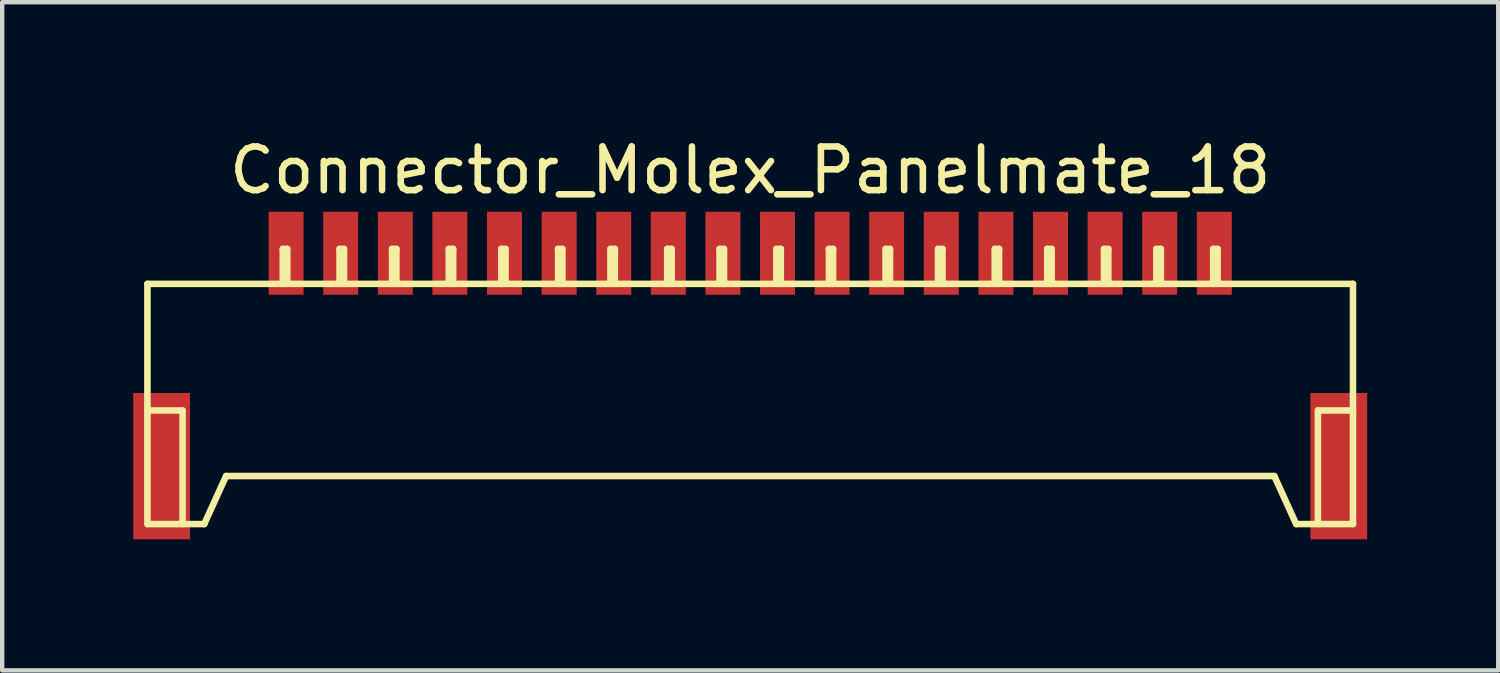
<source format=kicad_pcb>
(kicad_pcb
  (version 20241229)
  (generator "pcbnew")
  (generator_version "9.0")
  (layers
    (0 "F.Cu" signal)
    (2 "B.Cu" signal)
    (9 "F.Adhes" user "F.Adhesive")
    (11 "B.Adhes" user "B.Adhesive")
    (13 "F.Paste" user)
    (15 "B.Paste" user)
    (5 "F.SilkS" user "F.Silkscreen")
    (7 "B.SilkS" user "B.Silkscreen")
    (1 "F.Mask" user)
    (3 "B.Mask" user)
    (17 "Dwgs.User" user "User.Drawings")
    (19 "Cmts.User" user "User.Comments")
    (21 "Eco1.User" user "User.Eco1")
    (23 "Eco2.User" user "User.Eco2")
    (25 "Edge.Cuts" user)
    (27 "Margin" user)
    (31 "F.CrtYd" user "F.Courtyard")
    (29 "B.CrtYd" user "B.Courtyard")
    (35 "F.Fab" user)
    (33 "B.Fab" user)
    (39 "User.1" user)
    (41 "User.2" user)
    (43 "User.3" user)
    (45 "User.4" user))
  (footprint "Connector_Molex_Panelmate_18"
    (layer "F.Cu")
    (at 14.125 6.248)
    (property "Reference" "Connector_Molex_Panelmate_18" (at 0 -5.4 0) (layer "F.SilkS") (effects (font (size 1 1) (thickness 0.15))))
    (attr smd)
    (fp_line (start -13.8 -2.799) (end -13.8 2.7) (stroke (width 0.15) (type solid)) (layer "F.SilkS"))
    (fp_line (start -13.797 0.099) (end -12.997 0.099) (stroke (width 0.15) (type solid)) (layer "F.SilkS"))
    (fp_line (start -12.995 0.099) (end -12.995 2.7) (stroke (width 0.15) (type solid)) (layer "F.SilkS"))
    (fp_line (start -12.499 2.7) (end -11.999 1.6) (stroke (width 0.15) (type solid)) (layer "F.SilkS"))
    (fp_line (start -12.497 2.7) (end -13.795 2.7) (stroke (width 0.15) (type solid)) (layer "F.SilkS"))
    (fp_line (start -11.999 1.6) (end 11.999 1.6) (stroke (width 0.15) (type solid)) (layer "F.SilkS"))
    (fp_line (start -10.701 -3.599) (end -10.599 -3.599) (stroke (width 0.15) (type solid)) (layer "F.SilkS"))
    (fp_line (start -10.701 -2.799) (end -10.701 -3.599) (stroke (width 0.15) (type solid)) (layer "F.SilkS"))
    (fp_line (start -10.599 -3.599) (end -10.599 -2.799) (stroke (width 0.15) (type solid)) (layer "F.SilkS"))
    (fp_line (start -9.401 -3.599) (end -9.401 -2.799) (stroke (width 0.15) (type solid)) (layer "F.SilkS"))
    (fp_line (start -9.299 -3.599) (end -9.401 -3.599) (stroke (width 0.15) (type solid)) (layer "F.SilkS"))
    (fp_line (start -9.299 -2.799) (end -9.299 -3.599) (stroke (width 0.15) (type solid)) (layer "F.SilkS"))
    (fp_line (start -8.199 -3.599) (end -8.1 -3.599) (stroke (width 0.15) (type solid)) (layer "F.SilkS"))
    (fp_line (start -8.199 -2.799) (end -8.199 -3.599) (stroke (width 0.15) (type solid)) (layer "F.SilkS"))
    (fp_line (start -8.1 -3.599) (end -8.1 -2.799) (stroke (width 0.15) (type solid)) (layer "F.SilkS"))
    (fp_line (start -6.901 -3.599) (end -6.901 -2.799) (stroke (width 0.15) (type solid)) (layer "F.SilkS"))
    (fp_line (start -6.8 -3.599) (end -6.901 -3.599) (stroke (width 0.15) (type solid)) (layer "F.SilkS"))
    (fp_line (start -6.8 -2.799) (end -6.8 -3.599) (stroke (width 0.15) (type solid)) (layer "F.SilkS"))
    (fp_line (start -5.702 -3.599) (end -5.601 -3.599) (stroke (width 0.15) (type solid)) (layer "F.SilkS"))
    (fp_line (start -5.697 -2.799) (end -5.697 -3.599) (stroke (width 0.15) (type solid)) (layer "F.SilkS"))
    (fp_line (start -5.601 -3.599) (end -5.601 -2.799) (stroke (width 0.15) (type solid)) (layer "F.SilkS"))
    (fp_line (start -4.402 -3.599) (end -4.3 -3.599) (stroke (width 0.15) (type solid)) (layer "F.SilkS"))
    (fp_line (start -4.397 -2.799) (end -4.397 -3.599) (stroke (width 0.15) (type solid)) (layer "F.SilkS"))
    (fp_line (start -4.3 -3.599) (end -4.3 -2.799) (stroke (width 0.15) (type solid)) (layer "F.SilkS"))
    (fp_line (start -3.2 -3.599) (end -3.2 -2.799) (stroke (width 0.15) (type solid)) (layer "F.SilkS"))
    (fp_line (start -3.099 -3.599) (end -3.099 -2.799) (stroke (width 0.15) (type solid)) (layer "F.SilkS"))
    (fp_line (start -3.096 -3.599) (end -3.198 -3.599) (stroke (width 0.15) (type solid)) (layer "F.SilkS"))
    (fp_line (start -1.9 -3.599) (end -1.798 -3.599) (stroke (width 0.15) (type solid)) (layer "F.SilkS"))
    (fp_line (start -1.9 -2.799) (end -1.9 -3.599) (stroke (width 0.15) (type solid)) (layer "F.SilkS"))
    (fp_line (start -1.798 -3.599) (end -1.798 -2.799) (stroke (width 0.15) (type solid)) (layer "F.SilkS"))
    (fp_line (start -0.701 -3.599) (end -0.599 -3.599) (stroke (width 0.15) (type solid)) (layer "F.SilkS"))
    (fp_line (start -0.701 -2.799) (end -0.701 -3.599) (stroke (width 0.15) (type solid)) (layer "F.SilkS"))
    (fp_line (start -0.599 -3.599) (end -0.599 -2.799) (stroke (width 0.15) (type solid)) (layer "F.SilkS"))
    (fp_line (start 0.599 -3.599) (end 0.599 -2.799) (stroke (width 0.15) (type solid)) (layer "F.SilkS"))
    (fp_line (start 0.701 -3.599) (end 0.599 -3.599) (stroke (width 0.15) (type solid)) (layer "F.SilkS"))
    (fp_line (start 0.701 -2.799) (end 0.701 -3.599) (stroke (width 0.15) (type solid)) (layer "F.SilkS"))
    (fp_line (start 1.803 -3.599) (end 1.803 -2.799) (stroke (width 0.15) (type solid)) (layer "F.SilkS"))
    (fp_line (start 1.897 -3.599) (end 1.897 -2.799) (stroke (width 0.15) (type solid)) (layer "F.SilkS"))
    (fp_line (start 1.9 -3.599) (end 1.798 -3.599) (stroke (width 0.15) (type solid)) (layer "F.SilkS"))
    (fp_line (start 3.099 -3.599) (end 3.099 -2.799) (stroke (width 0.15) (type solid)) (layer "F.SilkS"))
    (fp_line (start 3.104 -3.599) (end 3.203 -3.599) (stroke (width 0.15) (type solid)) (layer "F.SilkS"))
    (fp_line (start 3.2 -2.799) (end 3.2 -3.599) (stroke (width 0.15) (type solid)) (layer "F.SilkS"))
    (fp_line (start 4.3 -3.599) (end 4.3 -2.799) (stroke (width 0.15) (type solid)) (layer "F.SilkS"))
    (fp_line (start 4.402 -2.799) (end 4.402 -3.599) (stroke (width 0.15) (type solid)) (layer "F.SilkS"))
    (fp_line (start 4.404 -3.599) (end 4.303 -3.599) (stroke (width 0.15) (type solid)) (layer "F.SilkS"))
    (fp_line (start 5.598 -3.599) (end 5.598 -2.799) (stroke (width 0.15) (type solid)) (layer "F.SilkS"))
    (fp_line (start 5.601 -3.599) (end 5.7 -3.599) (stroke (width 0.15) (type solid)) (layer "F.SilkS"))
    (fp_line (start 5.697 -2.799) (end 5.697 -3.599) (stroke (width 0.15) (type solid)) (layer "F.SilkS"))
    (fp_line (start 6.8 -3.599) (end 6.901 -3.599) (stroke (width 0.15) (type solid)) (layer "F.SilkS"))
    (fp_line (start 6.8 -2.799) (end 6.8 -3.599) (stroke (width 0.15) (type solid)) (layer "F.SilkS"))
    (fp_line (start 6.901 -3.599) (end 6.901 -2.799) (stroke (width 0.15) (type solid)) (layer "F.SilkS"))
    (fp_line (start 8.1 -3.599) (end 8.1 -2.799) (stroke (width 0.15) (type solid)) (layer "F.SilkS"))
    (fp_line (start 8.199 -3.599) (end 8.1 -3.599) (stroke (width 0.15) (type solid)) (layer "F.SilkS"))
    (fp_line (start 8.199 -2.799) (end 8.199 -3.599) (stroke (width 0.15) (type solid)) (layer "F.SilkS"))
    (fp_line (start 9.299 -3.599) (end 9.401 -3.599) (stroke (width 0.15) (type solid)) (layer "F.SilkS"))
    (fp_line (start 9.299 -2.799) (end 9.299 -3.599) (stroke (width 0.15) (type solid)) (layer "F.SilkS"))
    (fp_line (start 9.401 -3.599) (end 9.401 -2.799) (stroke (width 0.15) (type solid)) (layer "F.SilkS"))
    (fp_line (start 10.599 -3.599) (end 10.701 -3.599) (stroke (width 0.15) (type solid)) (layer "F.SilkS"))
    (fp_line (start 10.599 -2.799) (end 10.599 -3.599) (stroke (width 0.15) (type solid)) (layer "F.SilkS"))
    (fp_line (start 10.701 -3.599) (end 10.701 -2.799) (stroke (width 0.15) (type solid)) (layer "F.SilkS"))
    (fp_line (start 11.999 1.6) (end 12.499 2.7) (stroke (width 0.15) (type solid)) (layer "F.SilkS"))
    (fp_line (start 12.504 2.7) (end 13.802 2.7) (stroke (width 0.15) (type solid)) (layer "F.SilkS"))
    (fp_line (start 12.997 0.097) (end 12.997 2.697) (stroke (width 0.15) (type solid)) (layer "F.SilkS"))
    (fp_line (start 13.8 -2.799) (end -13.8 -2.799) (stroke (width 0.15) (type solid)) (layer "F.SilkS"))
    (fp_line (start 13.8 -2.799) (end 13.8 2.7) (stroke (width 0.15) (type solid)) (layer "F.SilkS"))
    (fp_line (start 13.802 0.099) (end 13.002 0.099) (stroke (width 0.15) (type solid)) (layer "F.SilkS"))
    (pad "1" smd rect (at -10.625 -3.5) (size 0.8 1.9) (layers "F.Cu" "F.Mask" "F.Paste"))
    (pad "2" smd rect (at -9.375 -3.5) (size 0.8 1.9) (layers "F.Cu" "F.Mask" "F.Paste"))
    (pad "3" smd rect (at -8.125 -3.5) (size 0.8 1.9) (layers "F.Cu" "F.Mask" "F.Paste"))
    (pad "4" smd rect (at -6.876 -3.5) (size 0.8 1.9) (layers "F.Cu" "F.Mask" "F.Paste"))
    (pad "5" smd rect (at -5.626 -3.5) (size 0.8 1.9) (layers "F.Cu" "F.Mask" "F.Paste"))
    (pad "6" smd rect (at -4.374 -3.5) (size 0.8 1.9) (layers "F.Cu" "F.Mask" "F.Paste"))
    (pad "7" smd rect (at -3.124 -3.5) (size 0.8 1.9) (layers "F.Cu" "F.Mask" "F.Paste"))
    (pad "8" smd rect (at -1.875 -3.5) (size 0.8 1.9) (layers "F.Cu" "F.Mask" "F.Paste"))
    (pad "9" smd rect (at -0.625 -3.5) (size 0.8 1.9) (layers "F.Cu" "F.Mask" "F.Paste"))
    (pad "10" smd rect (at 0.625 -3.5) (size 0.8 1.9) (layers "F.Cu" "F.Mask" "F.Paste"))
    (pad "11" smd rect (at 1.875 -3.5) (size 0.8 1.9) (layers "F.Cu" "F.Mask" "F.Paste"))
    (pad "12" smd rect (at 3.124 -3.5) (size 0.8 1.9) (layers "F.Cu" "F.Mask" "F.Paste"))
    (pad "13" smd rect (at 4.374 -3.5) (size 0.8 1.9) (layers "F.Cu" "F.Mask" "F.Paste"))
    (pad "14" smd rect (at 5.626 -3.5) (size 0.8 1.9) (layers "F.Cu" "F.Mask" "F.Paste"))
    (pad "15" smd rect (at 6.876 -3.5) (size 0.8 1.9) (layers "F.Cu" "F.Mask" "F.Paste"))
    (pad "16" smd rect (at 8.125 -3.5) (size 0.8 1.9) (layers "F.Cu" "F.Mask" "F.Paste"))
    (pad "17" smd rect (at 9.375 -3.5) (size 0.8 1.9) (layers "F.Cu" "F.Mask" "F.Paste"))
    (pad "18" smd rect (at 10.625 -3.5) (size 0.8 1.9) (layers "F.Cu" "F.Mask" "F.Paste"))
    (pad "19" smd rect (at -13.475 1.374) (size 1.3 3.35) (layers "F.Cu" "F.Mask" "F.Paste"))
    (pad "19" smd rect (at 13.475 1.374) (size 1.3 3.35) (layers "F.Cu" "F.Mask" "F.Paste")))
  (gr_rect
    (start -3 -3)
    (end 31.25 12.298)
    (stroke (width 0.1) (type default))
    (fill no)
    (layer "Edge.Cuts")))
</source>
